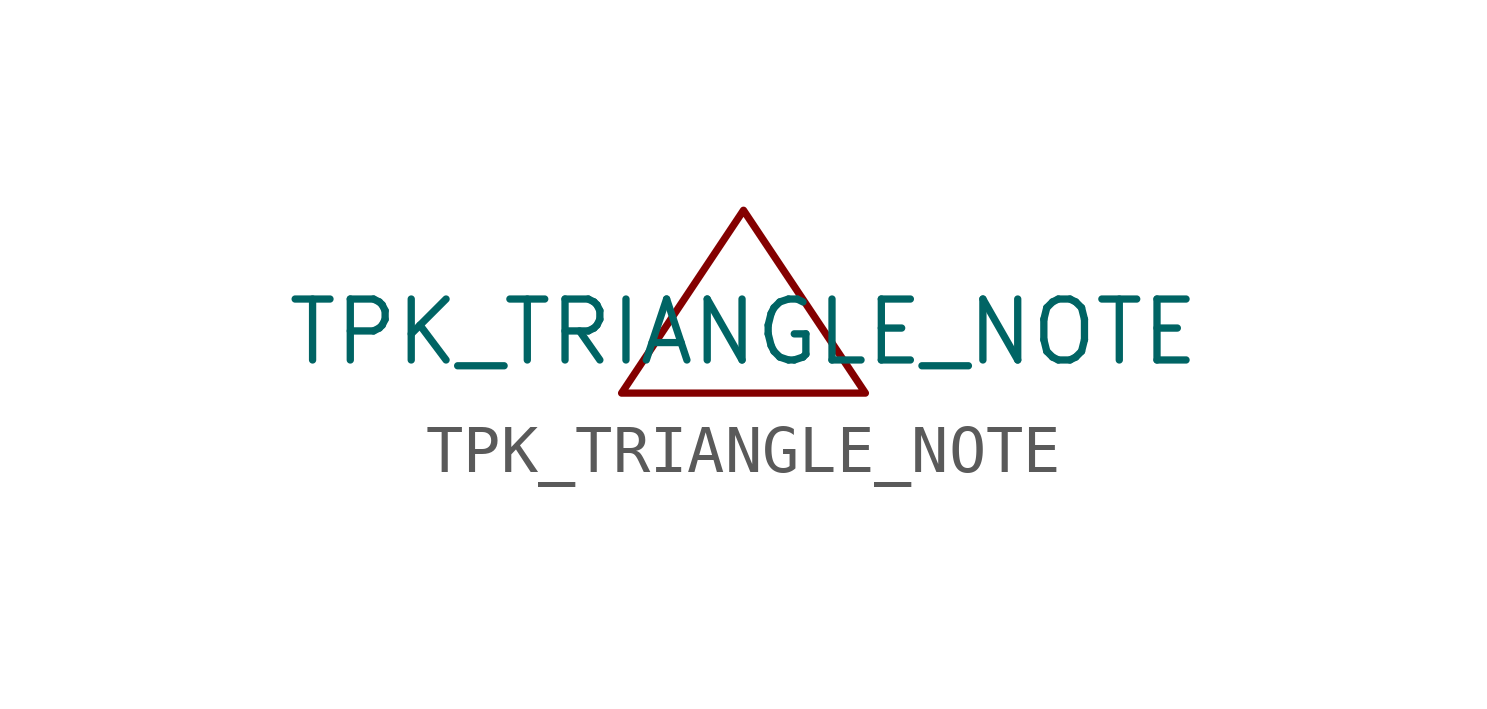
<source format=kicad_sym>
(kicad_symbol_lib
  (version 20211014)
  (generator kicad_symbol_editor)
  (symbol "TPK_TRIANGLE_NOTE"
    (property "Reference" "KBDN"
      (at -15.24 12.7 0)
      (effects (font (size 1.27 1.27)) hide))
    (property "Value" "TPK_TRIANGLE_NOTE"
      (at 0 0 0)
      (effects (font (size 1.27 1.27))))
    (symbol "TPK_TRIANGLE_NOTE_0_1"
      (polyline (pts (xy 0 2.54) (xy -2.54 -1.27) (xy 2.54 -1.27) (xy 0 2.54)) (stroke (width 0) (type default) (color 0 0 0 0)) (fill (type none))))))
</source>
